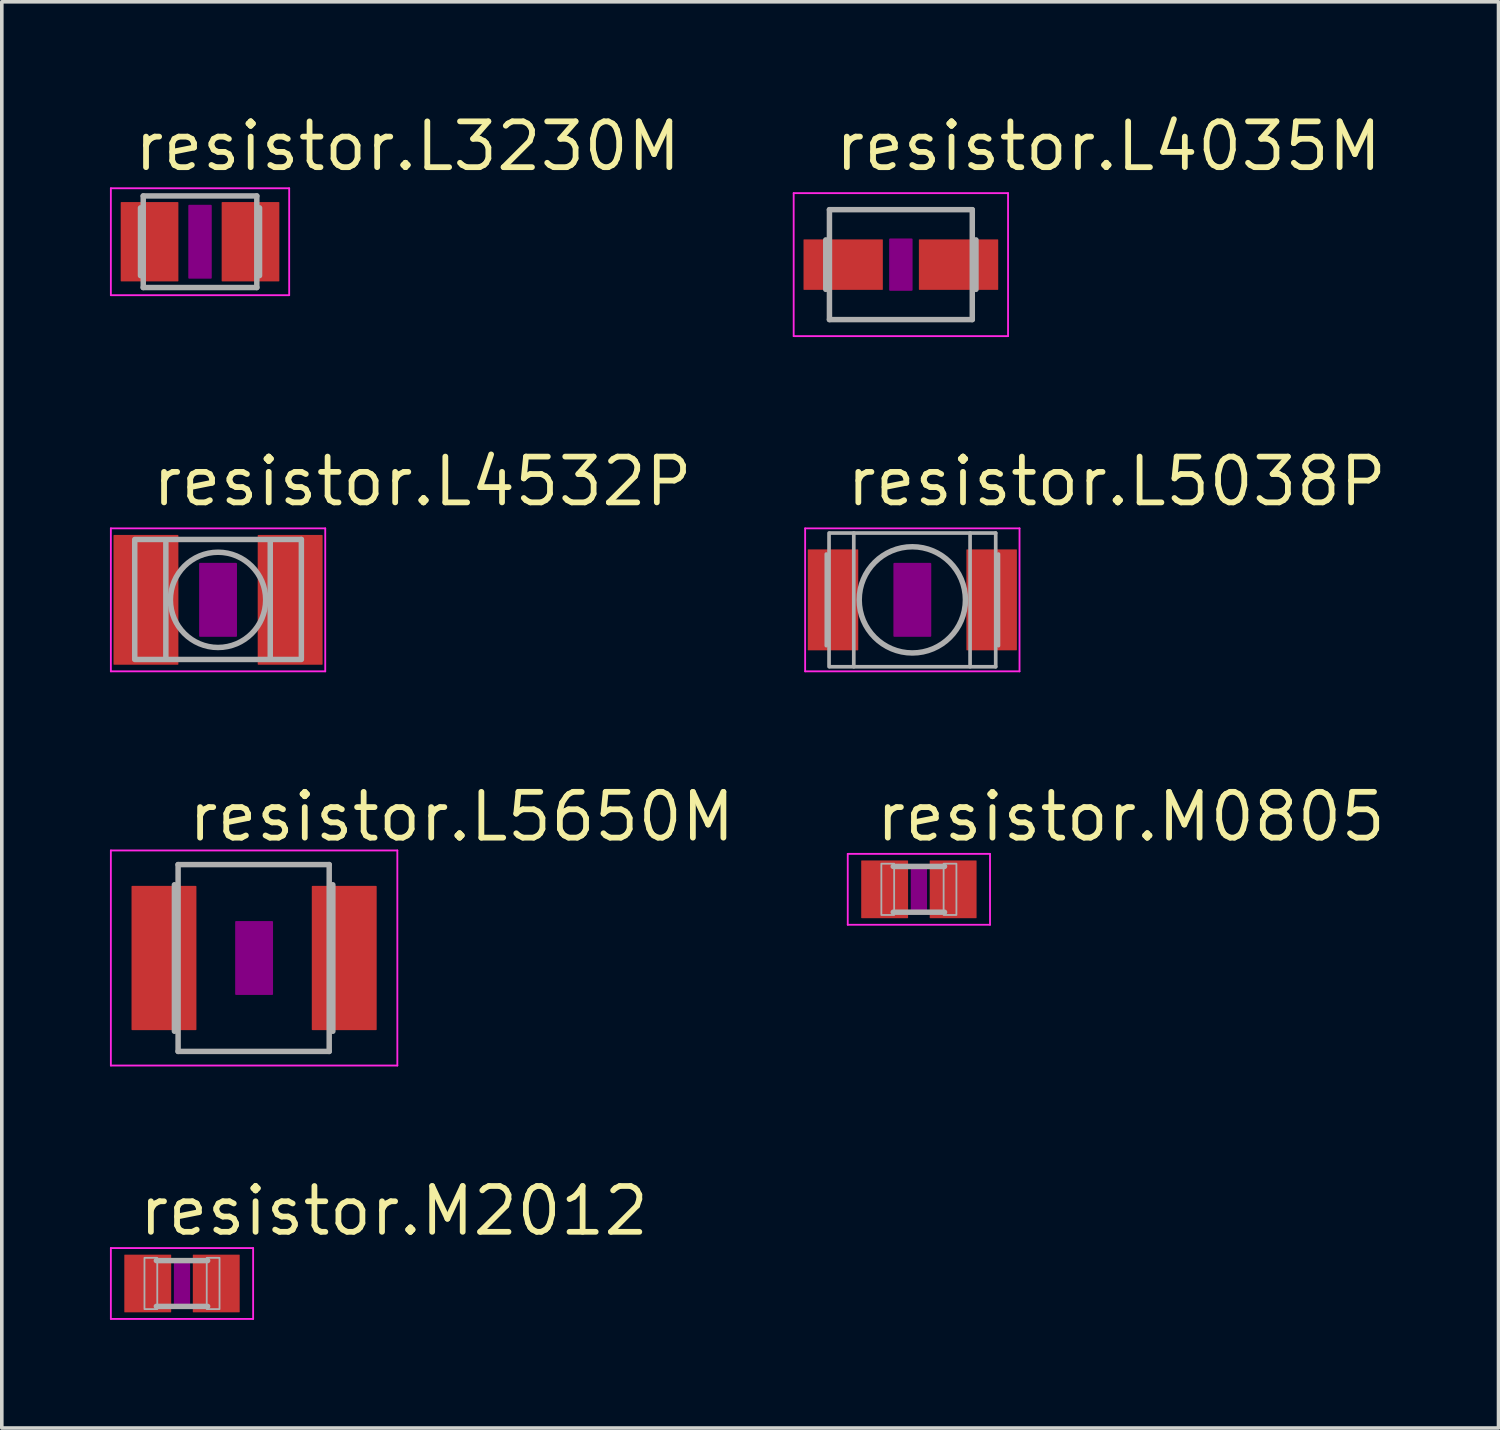
<source format=kicad_pcb>
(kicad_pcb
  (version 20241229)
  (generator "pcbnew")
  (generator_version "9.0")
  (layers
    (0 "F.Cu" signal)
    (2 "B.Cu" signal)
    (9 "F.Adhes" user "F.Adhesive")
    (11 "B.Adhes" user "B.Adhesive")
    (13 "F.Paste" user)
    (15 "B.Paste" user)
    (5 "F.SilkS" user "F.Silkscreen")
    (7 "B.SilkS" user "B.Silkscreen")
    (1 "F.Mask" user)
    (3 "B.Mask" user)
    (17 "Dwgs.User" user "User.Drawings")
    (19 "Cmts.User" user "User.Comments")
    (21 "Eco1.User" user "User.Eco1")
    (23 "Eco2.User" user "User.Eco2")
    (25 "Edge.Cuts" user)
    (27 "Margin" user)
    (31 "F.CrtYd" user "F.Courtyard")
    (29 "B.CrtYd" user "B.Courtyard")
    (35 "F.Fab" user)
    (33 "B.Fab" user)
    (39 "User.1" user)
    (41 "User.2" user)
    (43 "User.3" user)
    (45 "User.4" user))
  (footprint "resistor.M0805"
    (layer "F.Cu")
    (at 22.437 21.617)
    (property "Reference" "resistor.M0805" (at -1.27 -1.27 0) (layer "F.SilkS") (effects (font (size 1.27 1.27) (thickness 0.16)) (justify left bottom)))
    (attr smd)
    (fp_rect (start -0.2 0.6) (end 0.2 -0.6) (stroke (width 0.05) (type default)) (fill yes) (layer "F.Adhes"))
    (fp_line (start -1.973 -0.983) (end 1.973 -0.983) (stroke (width 0.051) (type default)) (layer "F.CrtYd"))
    (fp_line (start -1.973 0.983) (end -1.973 -0.983) (stroke (width 0.051) (type default)) (layer "F.CrtYd"))
    (fp_line (start 1.973 -0.983) (end 1.973 0.983) (stroke (width 0.051) (type default)) (layer "F.CrtYd"))
    (fp_line (start 1.973 0.983) (end -1.973 0.983) (stroke (width 0.051) (type default)) (layer "F.CrtYd"))
    (fp_line (start 0.711 -0.635) (end -0.711 -0.635) (stroke (width 0.152) (type default)) (layer "F.Fab"))
    (fp_line (start 0.711 0.635) (end -0.711 0.635) (stroke (width 0.152) (type default)) (layer "F.Fab"))
    (fp_rect (start -1.041 0.711) (end -0.686 -0.711) (stroke (width 0.05) (type default)) (fill no) (layer "F.Fab"))
    (fp_rect (start 0.686 0.711) (end 1.041 -0.711) (stroke (width 0.05) (type default)) (fill no) (layer "F.Fab"))
    (pad "1" smd roundrect (at -0.95 0) (size 1.3 1.6) (layers "F.Cu" "F.Mask" "F.Paste") (roundrect_rratio 0.01))
    (pad "2" smd roundrect (at 0.95 0) (size 1.3 1.6) (layers "F.Cu" "F.Mask" "F.Paste") (roundrect_rratio 0.01)))
  (footprint "resistor.L5650M"
    (layer "F.Cu")
    (at 3.998 23.522)
    (property "Reference" "resistor.L5650M" (at -1.905 -3.175 0) (layer "F.SilkS") (effects (font (size 1.27 1.27) (thickness 0.16)) (justify left bottom)))
    (attr smd)
    (fp_rect (start -0.5 1) (end 0.5 -1) (stroke (width 0.05) (type default)) (fill yes) (layer "F.Adhes"))
    (fp_line (start -3.973 -2.983) (end 3.973 -2.983) (stroke (width 0.051) (type default)) (layer "F.CrtYd"))
    (fp_line (start -3.973 2.983) (end -3.973 -2.983) (stroke (width 0.051) (type default)) (layer "F.CrtYd"))
    (fp_line (start 3.973 -2.983) (end 3.973 2.983) (stroke (width 0.051) (type default)) (layer "F.CrtYd"))
    (fp_line (start 3.973 2.983) (end -3.973 2.983) (stroke (width 0.051) (type default)) (layer "F.CrtYd"))
    (fp_line (start -2.21 -2.032) (end -2.21 2.032) (stroke (width 0.152) (type default)) (layer "F.Fab"))
    (fp_line (start -2.108 -2.591) (end -2.108 2.591) (stroke (width 0.152) (type default)) (layer "F.Fab"))
    (fp_line (start -2.108 2.591) (end 2.083 2.591) (stroke (width 0.152) (type default)) (layer "F.Fab"))
    (fp_line (start 2.083 -2.591) (end -2.108 -2.591) (stroke (width 0.152) (type default)) (layer "F.Fab"))
    (fp_line (start 2.083 -2.591) (end 2.083 2.591) (stroke (width 0.152) (type default)) (layer "F.Fab"))
    (fp_line (start 2.184 -2.032) (end 2.184 2.032) (stroke (width 0.152) (type default)) (layer "F.Fab"))
    (pad "1" smd roundrect (at -2.5 0) (size 1.8 4) (layers "F.Cu" "F.Mask" "F.Paste") (roundrect_rratio 0.01))
    (pad "2" smd roundrect (at 2.5 0) (size 1.8 4) (layers "F.Cu" "F.Mask" "F.Paste") (roundrect_rratio 0.01)))
  (footprint "resistor.L3230M"
    (layer "F.Cu")
    (at 2.498 3.655)
    (property "Reference" "resistor.L3230M" (at -1.905 -1.905 0) (layer "F.SilkS") (effects (font (size 1.27 1.27) (thickness 0.16)) (justify left bottom)))
    (attr smd)
    (fp_rect (start -0.3 1) (end 0.3 -1) (stroke (width 0.05) (type default)) (fill yes) (layer "F.Adhes"))
    (fp_line (start -2.473 -1.483) (end 2.473 -1.483) (stroke (width 0.051) (type default)) (layer "F.CrtYd"))
    (fp_line (start -2.473 1.483) (end -2.473 -1.483) (stroke (width 0.051) (type default)) (layer "F.CrtYd"))
    (fp_line (start 2.473 -1.483) (end 2.473 1.483) (stroke (width 0.051) (type default)) (layer "F.CrtYd"))
    (fp_line (start 2.473 1.483) (end -2.473 1.483) (stroke (width 0.051) (type default)) (layer "F.CrtYd"))
    (fp_line (start -1.651 -0.94) (end -1.651 0.94) (stroke (width 0.152) (type default)) (layer "F.Fab"))
    (fp_line (start -1.575 -1.27) (end 1.575 -1.27) (stroke (width 0.152) (type default)) (layer "F.Fab"))
    (fp_line (start -1.575 1.27) (end -1.575 -1.27) (stroke (width 0.152) (type default)) (layer "F.Fab"))
    (fp_line (start 1.575 -1.27) (end 1.575 1.27) (stroke (width 0.152) (type default)) (layer "F.Fab"))
    (fp_line (start 1.575 1.27) (end -1.575 1.27) (stroke (width 0.152) (type default)) (layer "F.Fab"))
    (fp_line (start 1.651 -0.94) (end 1.651 0.94) (stroke (width 0.152) (type default)) (layer "F.Fab"))
    (pad "1" smd roundrect (at -1.4 0) (size 1.6 2.2) (layers "F.Cu" "F.Mask" "F.Paste") (roundrect_rratio 0.01))
    (pad "2" smd roundrect (at 1.4 0) (size 1.6 2.2) (layers "F.Cu" "F.Mask" "F.Paste") (roundrect_rratio 0.01)))
  (footprint "resistor.L4035M"
    (layer "F.Cu")
    (at 21.937 4.29)
    (property "Reference" "resistor.L4035M" (at -1.905 -2.54 0) (layer "F.SilkS") (effects (font (size 1.27 1.27) (thickness 0.16)) (justify left bottom)))
    (attr smd)
    (fp_rect (start -0.3 0.7) (end 0.3 -0.7) (stroke (width 0.05) (type default)) (fill yes) (layer "F.Adhes"))
    (fp_line (start -2.973 -1.983) (end 2.973 -1.983) (stroke (width 0.051) (type default)) (layer "F.CrtYd"))
    (fp_line (start -2.973 1.983) (end -2.973 -1.983) (stroke (width 0.051) (type default)) (layer "F.CrtYd"))
    (fp_line (start 2.973 -1.983) (end 2.973 1.983) (stroke (width 0.051) (type default)) (layer "F.CrtYd"))
    (fp_line (start 2.973 1.983) (end -2.973 1.983) (stroke (width 0.051) (type default)) (layer "F.CrtYd"))
    (fp_line (start -2.083 -0.686) (end -2.083 0.686) (stroke (width 0.152) (type default)) (layer "F.Fab"))
    (fp_line (start -1.981 -1.524) (end -1.981 1.524) (stroke (width 0.152) (type default)) (layer "F.Fab"))
    (fp_line (start -1.981 1.524) (end 1.981 1.524) (stroke (width 0.152) (type default)) (layer "F.Fab"))
    (fp_line (start 1.981 -1.524) (end -1.981 -1.524) (stroke (width 0.152) (type default)) (layer "F.Fab"))
    (fp_line (start 1.981 1.524) (end 1.981 -1.524) (stroke (width 0.152) (type default)) (layer "F.Fab"))
    (fp_line (start 2.083 -0.686) (end 2.083 0.686) (stroke (width 0.152) (type default)) (layer "F.Fab"))
    (pad "1" smd roundrect (at -1.6 0) (size 2.2 1.4) (layers "F.Cu" "F.Mask" "F.Paste") (roundrect_rratio 0.01))
    (pad "2" smd roundrect (at 1.6 0) (size 2.2 1.4) (layers "F.Cu" "F.Mask" "F.Paste") (roundrect_rratio 0.01)))
  (footprint "resistor.L4532P"
    (layer "F.Cu")
    (at 2.998 13.588)
    (property "Reference" "resistor.L4532P" (at -1.905 -2.54 0) (layer "F.SilkS") (effects (font (size 1.27 1.27) (thickness 0.16)) (justify left bottom)))
    (attr smd)
    (fp_rect (start -0.5 1) (end 0.5 -1) (stroke (width 0.05) (type default)) (fill yes) (layer "F.Adhes"))
    (fp_line (start -2.973 -1.983) (end 2.973 -1.983) (stroke (width 0.051) (type default)) (layer "F.CrtYd"))
    (fp_line (start -2.973 1.983) (end -2.973 -1.983) (stroke (width 0.051) (type default)) (layer "F.CrtYd"))
    (fp_line (start 2.973 -1.983) (end 2.973 1.983) (stroke (width 0.051) (type default)) (layer "F.CrtYd"))
    (fp_line (start 2.973 1.983) (end -2.973 1.983) (stroke (width 0.051) (type default)) (layer "F.CrtYd"))
    (fp_line (start -2.311 -1.675) (end 2.311 -1.675) (stroke (width 0.152) (type default)) (layer "F.Fab"))
    (fp_line (start -2.311 -1.626) (end -2.311 1.626) (stroke (width 0.152) (type default)) (layer "F.Fab"))
    (fp_line (start -2.311 1.653) (end 2.311 1.653) (stroke (width 0.152) (type default)) (layer "F.Fab"))
    (fp_line (start -1.448 -1.651) (end -1.448 1.626) (stroke (width 0.152) (type default)) (layer "F.Fab"))
    (fp_line (start 1.448 -1.626) (end 1.448 1.626) (stroke (width 0.152) (type default)) (layer "F.Fab"))
    (fp_line (start 2.311 -1.675) (end 2.311 1.626) (stroke (width 0.152) (type default)) (layer "F.Fab"))
    (fp_circle (center 0 0) (end 1.321 0) (stroke (width 0.152) (type default)) (fill no) (layer "F.Fab"))
    (pad "1" smd roundrect (at -2 0) (size 1.8 3.6) (layers "F.Cu" "F.Mask" "F.Paste") (roundrect_rratio 0.01))
    (pad "2" smd roundrect (at 2 0) (size 1.8 3.6) (layers "F.Cu" "F.Mask" "F.Paste") (roundrect_rratio 0.01)))
  (footprint "resistor.L5038P"
    (layer "F.Cu")
    (at 22.255 13.588)
    (property "Reference" "resistor.L5038P" (at -1.905 -2.54 0) (layer "F.SilkS") (effects (font (size 1.27 1.27) (thickness 0.16)) (justify left bottom)))
    (attr smd)
    (fp_rect (start -0.5 1) (end 0.5 -1) (stroke (width 0.05) (type default)) (fill yes) (layer "F.Adhes"))
    (fp_line (start -2.973 -1.983) (end 2.973 -1.983) (stroke (width 0.051) (type default)) (layer "F.CrtYd"))
    (fp_line (start -2.973 1.983) (end -2.973 -1.983) (stroke (width 0.051) (type default)) (layer "F.CrtYd"))
    (fp_line (start 2.973 -1.983) (end 2.973 1.983) (stroke (width 0.051) (type default)) (layer "F.CrtYd"))
    (fp_line (start 2.973 1.983) (end -2.973 1.983) (stroke (width 0.051) (type default)) (layer "F.CrtYd"))
    (fp_line (start -2.386 1.27) (end -2.386 -1.27) (stroke (width 0.102) (type default)) (layer "F.Fab"))
    (fp_line (start -2.31 1.854) (end -2.31 -1.854) (stroke (width 0.102) (type default)) (layer "F.Fab"))
    (fp_line (start -2.286 -1.853) (end 2.311 -1.853) (stroke (width 0.102) (type default)) (layer "F.Fab"))
    (fp_line (start -2.286 1.856) (end 2.311 1.856) (stroke (width 0.102) (type default)) (layer "F.Fab"))
    (fp_line (start -1.624 1.854) (end -1.624 -1.854) (stroke (width 0.102) (type default)) (layer "F.Fab"))
    (fp_line (start 1.602 1.854) (end 1.602 -1.854) (stroke (width 0.102) (type default)) (layer "F.Fab"))
    (fp_line (start 2.313 1.854) (end 2.313 -1.854) (stroke (width 0.102) (type default)) (layer "F.Fab"))
    (fp_line (start 2.389 1.27) (end 2.389 -1.27) (stroke (width 0.102) (type default)) (layer "F.Fab"))
    (fp_circle (center 0 0) (end 1.473 0) (stroke (width 0.152) (type default)) (fill no) (layer "F.Fab"))
    (pad "1" smd roundrect (at -2.2 0) (size 1.4 2.8) (layers "F.Cu" "F.Mask" "F.Paste") (roundrect_rratio 0.01))
    (pad "2" smd roundrect (at 2.2 0) (size 1.4 2.8) (layers "F.Cu" "F.Mask" "F.Paste") (roundrect_rratio 0.01)))
  (footprint "resistor.M2012"
    (layer "F.Cu")
    (at 1.998 32.55)
    (property "Reference" "resistor.M2012" (at -1.27 -1.27 0) (layer "F.SilkS") (effects (font (size 1.27 1.27) (thickness 0.16)) (justify left bottom)))
    (attr smd)
    (fp_rect (start -0.2 0.6) (end 0.2 -0.6) (stroke (width 0.05) (type default)) (fill yes) (layer "F.Adhes"))
    (fp_line (start -1.973 -0.983) (end 1.973 -0.983) (stroke (width 0.051) (type default)) (layer "F.CrtYd"))
    (fp_line (start -1.973 0.983) (end -1.973 -0.983) (stroke (width 0.051) (type default)) (layer "F.CrtYd"))
    (fp_line (start 1.973 -0.983) (end 1.973 0.983) (stroke (width 0.051) (type default)) (layer "F.CrtYd"))
    (fp_line (start 1.973 0.983) (end -1.973 0.983) (stroke (width 0.051) (type default)) (layer "F.CrtYd"))
    (fp_line (start 0.711 -0.635) (end -0.711 -0.635) (stroke (width 0.152) (type default)) (layer "F.Fab"))
    (fp_line (start 0.711 0.635) (end -0.711 0.635) (stroke (width 0.152) (type default)) (layer "F.Fab"))
    (fp_rect (start -1.041 0.711) (end -0.686 -0.711) (stroke (width 0.05) (type default)) (fill no) (layer "F.Fab"))
    (fp_rect (start 0.686 0.711) (end 1.041 -0.711) (stroke (width 0.05) (type default)) (fill no) (layer "F.Fab"))
    (pad "1" smd roundrect (at -0.95 0) (size 1.3 1.6) (layers "F.Cu" "F.Mask" "F.Paste") (roundrect_rratio 0.01))
    (pad "2" smd roundrect (at 0.95 0) (size 1.3 1.6) (layers "F.Cu" "F.Mask" "F.Paste") (roundrect_rratio 0.01)))
  (gr_rect
    (start -3 -3)
    (end 38.514 36.559)
    (stroke (width 0.1) (type default))
    (fill no)
    (layer "Edge.Cuts")))
</source>
